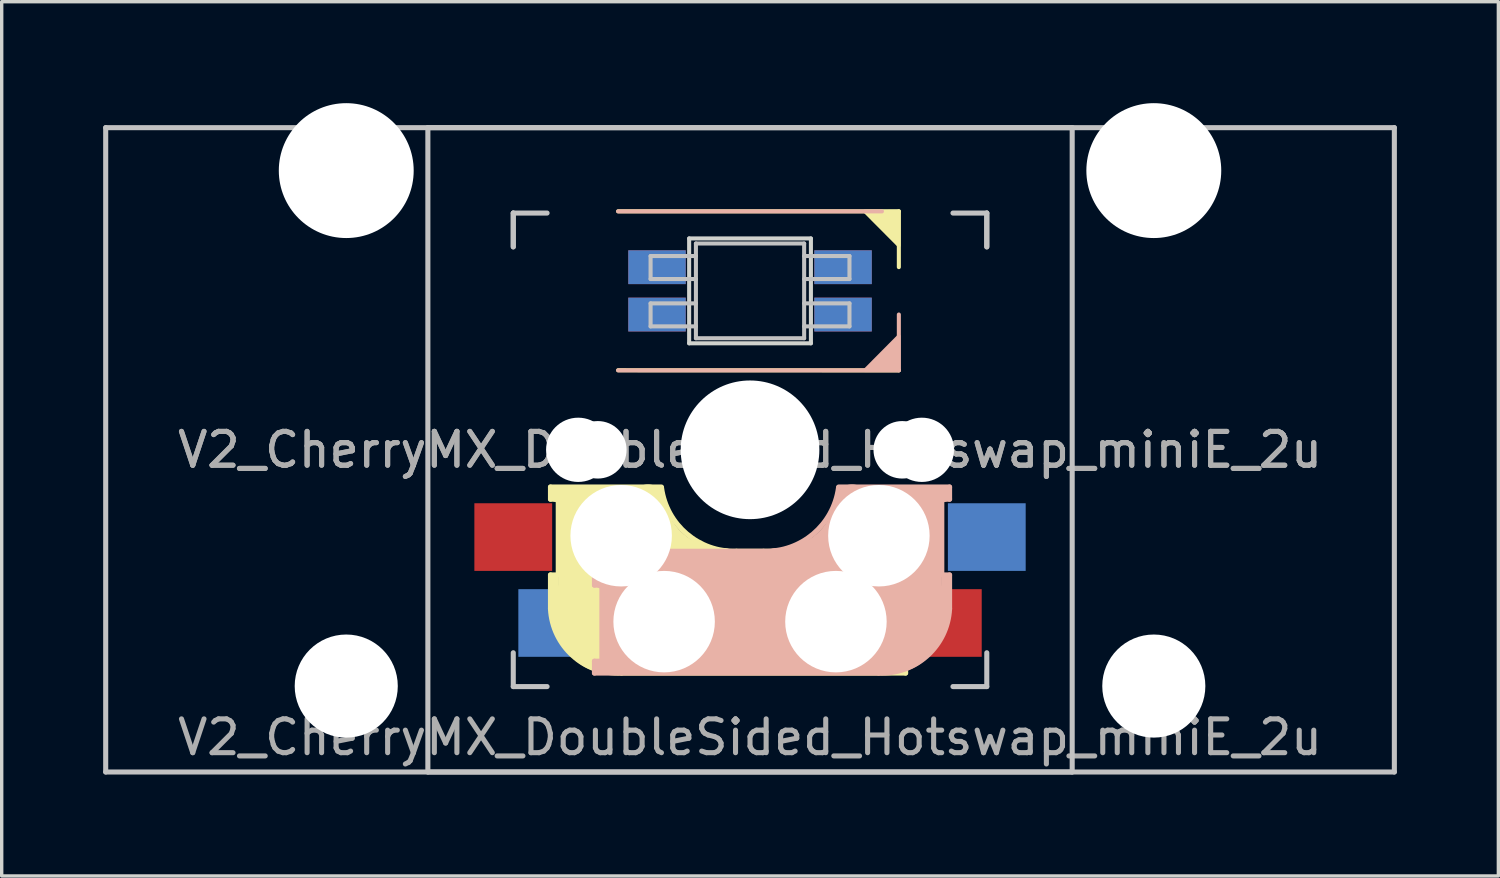
<source format=kicad_pcb>
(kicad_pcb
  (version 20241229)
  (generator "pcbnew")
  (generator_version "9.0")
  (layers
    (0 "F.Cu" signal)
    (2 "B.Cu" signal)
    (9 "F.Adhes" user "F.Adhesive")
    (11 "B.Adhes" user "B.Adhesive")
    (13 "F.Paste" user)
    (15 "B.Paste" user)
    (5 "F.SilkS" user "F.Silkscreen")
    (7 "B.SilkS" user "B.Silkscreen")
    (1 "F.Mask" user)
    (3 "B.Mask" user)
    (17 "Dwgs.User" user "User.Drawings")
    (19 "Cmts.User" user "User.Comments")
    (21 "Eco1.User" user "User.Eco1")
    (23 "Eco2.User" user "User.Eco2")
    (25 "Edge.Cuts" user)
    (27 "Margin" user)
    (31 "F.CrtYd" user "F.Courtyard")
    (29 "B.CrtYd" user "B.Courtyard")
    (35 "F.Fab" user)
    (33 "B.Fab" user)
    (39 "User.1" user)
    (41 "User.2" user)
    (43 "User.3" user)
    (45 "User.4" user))
  (footprint "V2_CherryMX_DoubleSided_Hotswap_miniE_2u"
    (layer "F.Cu")
    (at 19.125 10.249)
    (property "Reference" "V2_CherryMX_DoubleSided_Hotswap_miniE_2u" (at 0 8.5 0) (layer "F.Fab") (effects (font (size 1 1) (thickness 0.15))))
    (attr through_hole)
    (fp_line (start -5.9 1.1) (end -5.9 1.46) (stroke (width 0.15) (type solid)) (layer "F.SilkS"))
    (fp_line (start -5.9 1.1) (end -2.62 1.1) (stroke (width 0.15) (type solid)) (layer "F.SilkS"))
    (fp_line (start -5.9 3.7) (end -5.7 3.7) (stroke (width 0.15) (type solid)) (layer "F.SilkS"))
    (fp_line (start -5.9 4.7) (end -5.9 3.7) (stroke (width 0.15) (type solid)) (layer "F.SilkS"))
    (fp_line (start -5.8 3.8) (end -5.8 4.7) (stroke (width 0.3) (type solid)) (layer "F.SilkS"))
    (fp_line (start -5.7 1.3) (end -3 1.3) (stroke (width 0.5) (type solid)) (layer "F.SilkS"))
    (fp_line (start -5.7 1.46) (end -5.9 1.46) (stroke (width 0.15) (type solid)) (layer "F.SilkS"))
    (fp_line (start -5.67 3.7) (end -5.67 1.46) (stroke (width 0.15) (type solid)) (layer "F.SilkS"))
    (fp_line (start -5.3 1.6) (end -5.3 3.4) (stroke (width 0.8) (type solid)) (layer "F.SilkS"))
    (fp_line (start -4.17 5.1) (end -4.17 2.86) (stroke (width 3) (type solid)) (layer "F.SilkS"))
    (fp_line (start -3.9 -7.052) (end 4.4 -7.052) (stroke (width 0.12) (type solid)) (layer "F.SilkS"))
    (fp_line (start -0.4 3) (end 4.6 3) (stroke (width 0.15) (type solid)) (layer "F.SilkS"))
    (fp_line (start 2.6 4.8) (end -4.1 4.8) (stroke (width 3.5) (type solid)) (layer "F.SilkS"))
    (fp_line (start 3.9 6) (end 3.9 3.5) (stroke (width 1) (type solid)) (layer "F.SilkS"))
    (fp_line (start 4.3 3.3) (end 2.9 3.3) (stroke (width 0.5) (type solid)) (layer "F.SilkS"))
    (fp_line (start 4.38 4) (end 4.38 6.25) (stroke (width 0.15) (type solid)) (layer "F.SilkS"))
    (fp_line (start 4.4 -7.052) (end 4.4 -5.401) (stroke (width 0.12) (type solid)) (layer "F.SilkS"))
    (fp_line (start 4.4 -2.349) (end -3.9 -2.352) (stroke (width 0.12) (type solid)) (layer "F.SilkS"))
    (fp_line (start 4.4 3.9) (end 4.4 3.2) (stroke (width 0.4) (type solid)) (layer "F.SilkS"))
    (fp_line (start 4.4 6.25) (end 4.6 6.25) (stroke (width 0.15) (type solid)) (layer "F.SilkS"))
    (fp_line (start 4.4 6.4) (end 3 6.4) (stroke (width 0.4) (type solid)) (layer "F.SilkS"))
    (fp_line (start 4.6 3) (end 4.6 4) (stroke (width 0.15) (type solid)) (layer "F.SilkS"))
    (fp_line (start 4.6 4) (end 4.4 4) (stroke (width 0.15) (type solid)) (layer "F.SilkS"))
    (fp_line (start 4.6 6.25) (end 4.6 6.6) (stroke (width 0.15) (type solid)) (layer "F.SilkS"))
    (fp_line (start 4.6 6.6) (end -3.8 6.6) (stroke (width 0.15) (type solid)) (layer "F.SilkS"))
    (fp_arc (start -3.8 6.600001) (mid -5.243504 6.084925) (end -5.900001 4.7) (stroke (width 0.15) (type solid)) (layer "F.SilkS"))
    (fp_arc (start -0.8 3.4) (mid -2.268709 2.886118) (end -3.016318 1.521471) (stroke (width 1) (type solid)) (layer "F.SilkS"))
    (fp_arc (start -0.4 3) (mid -1.868709 2.486118) (end -2.616318 1.121471) (stroke (width 0.15) (type solid)) (layer "F.SilkS"))
    (fp_poly (pts (xy 3.392 -7.049) (xy 4.4 -7.052) (xy 4.4 -6.036)) (stroke (width 0.1) (type solid)) (fill yes) (layer "F.SilkS"))
    (fp_line (start -4.6 3) (end -4.6 4) (stroke (width 0.15) (type solid)) (layer "B.SilkS"))
    (fp_line (start -4.6 4) (end -4.4 4) (stroke (width 0.15) (type solid)) (layer "B.SilkS"))
    (fp_line (start -4.6 6.25) (end -4.6 6.6) (stroke (width 0.15) (type solid)) (layer "B.SilkS"))
    (fp_line (start -4.6 6.6) (end 3.8 6.6) (stroke (width 0.15) (type solid)) (layer "B.SilkS"))
    (fp_line (start -4.4 3.9) (end -4.4 3.2) (stroke (width 0.4) (type solid)) (layer "B.SilkS"))
    (fp_line (start -4.4 6.25) (end -4.6 6.25) (stroke (width 0.15) (type solid)) (layer "B.SilkS"))
    (fp_line (start -4.4 6.4) (end -3 6.4) (stroke (width 0.4) (type solid)) (layer "B.SilkS"))
    (fp_line (start -4.38 4) (end -4.38 6.25) (stroke (width 0.15) (type solid)) (layer "B.SilkS"))
    (fp_line (start -4.3 3.3) (end -2.9 3.3) (stroke (width 0.5) (type solid)) (layer "B.SilkS"))
    (fp_line (start -3.9 -2.349) (end 4.4 -2.349) (stroke (width 0.12) (type solid)) (layer "B.SilkS"))
    (fp_line (start -3.9 6) (end -3.9 3.5) (stroke (width 1) (type solid)) (layer "B.SilkS"))
    (fp_line (start -2.6 4.8) (end 4.1 4.8) (stroke (width 3.5) (type solid)) (layer "B.SilkS"))
    (fp_line (start 0.4 3) (end -4.6 3) (stroke (width 0.15) (type solid)) (layer "B.SilkS"))
    (fp_line (start 3.9 -7.049) (end -3.9 -7.049) (stroke (width 0.12) (type solid)) (layer "B.SilkS"))
    (fp_line (start 4.17 5.1) (end 4.17 2.86) (stroke (width 3) (type solid)) (layer "B.SilkS"))
    (fp_line (start 4.4 -2.349) (end 4.4 -4) (stroke (width 0.12) (type solid)) (layer "B.SilkS"))
    (fp_line (start 5.3 1.6) (end 5.3 3.4) (stroke (width 0.8) (type solid)) (layer "B.SilkS"))
    (fp_line (start 5.67 3.7) (end 5.67 1.46) (stroke (width 0.15) (type solid)) (layer "B.SilkS"))
    (fp_line (start 5.7 1.3) (end 3 1.3) (stroke (width 0.5) (type solid)) (layer "B.SilkS"))
    (fp_line (start 5.7 1.46) (end 5.9 1.46) (stroke (width 0.15) (type solid)) (layer "B.SilkS"))
    (fp_line (start 5.8 3.8) (end 5.8 4.7) (stroke (width 0.3) (type solid)) (layer "B.SilkS"))
    (fp_line (start 5.9 1.1) (end 2.62 1.1) (stroke (width 0.15) (type solid)) (layer "B.SilkS"))
    (fp_line (start 5.9 1.1) (end 5.9 1.46) (stroke (width 0.15) (type solid)) (layer "B.SilkS"))
    (fp_line (start 5.9 3.7) (end 5.7 3.7) (stroke (width 0.15) (type solid)) (layer "B.SilkS"))
    (fp_line (start 5.9 4.7) (end 5.9 3.7) (stroke (width 0.15) (type solid)) (layer "B.SilkS"))
    (fp_arc (start 2.616318 1.121471) (mid 1.868709 2.486118) (end 0.4 3) (stroke (width 0.15) (type solid)) (layer "B.SilkS"))
    (fp_arc (start 3.016318 1.521471) (mid 2.268709 2.886118) (end 0.8 3.4) (stroke (width 1) (type solid)) (layer "B.SilkS"))
    (fp_arc (start 5.9 4.699999) (mid 5.243504 6.084924) (end 3.800001 6.6) (stroke (width 0.15) (type solid)) (layer "B.SilkS"))
    (fp_poly (pts (xy 4.4 -3.365) (xy 4.4 -2.349) (xy 3.392 -2.349)) (stroke (width 0.1) (type solid)) (fill yes) (layer "B.SilkS"))
    (fp_line (start -19.05 -9.525) (end 19.05 -9.525) (stroke (width 0.15) (type solid)) (layer "Dwgs.User"))
    (fp_line (start -19.05 9.525) (end -19.05 -9.525) (stroke (width 0.15) (type solid)) (layer "Dwgs.User"))
    (fp_line (start -9.525 -9.525) (end 9.525 -9.525) (stroke (width 0.15) (type solid)) (layer "Dwgs.User"))
    (fp_line (start -9.525 9.525) (end -9.525 -9.525) (stroke (width 0.15) (type solid)) (layer "Dwgs.User"))
    (fp_line (start -7 -7) (end -7 -6) (stroke (width 0.15) (type solid)) (layer "Dwgs.User"))
    (fp_line (start -7 -7) (end -6 -7) (stroke (width 0.15) (type solid)) (layer "Dwgs.User"))
    (fp_line (start -7 -6) (end -7 -7) (stroke (width 0.15) (type solid)) (layer "Dwgs.User"))
    (fp_line (start -7 7) (end -7 6) (stroke (width 0.15) (type solid)) (layer "Dwgs.User"))
    (fp_line (start -7 7) (end -6 7) (stroke (width 0.15) (type solid)) (layer "Dwgs.User"))
    (fp_line (start -2.94 -5.729) (end -2.94 -5.049) (stroke (width 0.12) (type solid)) (layer "Dwgs.User"))
    (fp_line (start -2.94 -5.049) (end -1.6 -5.049) (stroke (width 0.12) (type solid)) (layer "Dwgs.User"))
    (fp_line (start -2.94 -4.329) (end -2.94 -3.649) (stroke (width 0.12) (type solid)) (layer "Dwgs.User"))
    (fp_line (start -2.94 -3.649) (end -1.6 -3.649) (stroke (width 0.12) (type solid)) (layer "Dwgs.User"))
    (fp_line (start -1.6 -5.729) (end -2.94 -5.729) (stroke (width 0.12) (type solid)) (layer "Dwgs.User"))
    (fp_line (start -1.6 -4.329) (end -2.94 -4.329) (stroke (width 0.12) (type solid)) (layer "Dwgs.User"))
    (fp_line (start -1.6 -3.299) (end -1.6 -6.099) (stroke (width 0.12) (type solid)) (layer "Dwgs.User"))
    (fp_line (start 1.6 -6.099) (end -1.6 -6.099) (stroke (width 0.12) (type solid)) (layer "Dwgs.User"))
    (fp_line (start 1.6 -5.049) (end 2.94 -5.049) (stroke (width 0.12) (type solid)) (layer "Dwgs.User"))
    (fp_line (start 1.6 -3.649) (end 2.94 -3.649) (stroke (width 0.12) (type solid)) (layer "Dwgs.User"))
    (fp_line (start 1.6 -3.299) (end -1.6 -3.299) (stroke (width 0.12) (type solid)) (layer "Dwgs.User"))
    (fp_line (start 1.6 -3.299) (end 1.6 -6.099) (stroke (width 0.12) (type solid)) (layer "Dwgs.User"))
    (fp_line (start 2.94 -5.729) (end 1.6 -5.729) (stroke (width 0.12) (type solid)) (layer "Dwgs.User"))
    (fp_line (start 2.94 -5.049) (end 2.94 -5.729) (stroke (width 0.12) (type solid)) (layer "Dwgs.User"))
    (fp_line (start 2.94 -4.329) (end 1.6 -4.329) (stroke (width 0.12) (type solid)) (layer "Dwgs.User"))
    (fp_line (start 2.94 -3.649) (end 2.94 -4.329) (stroke (width 0.12) (type solid)) (layer "Dwgs.User"))
    (fp_line (start 7 -7) (end 6 -7) (stroke (width 0.15) (type solid)) (layer "Dwgs.User"))
    (fp_line (start 7 -6) (end 7 -7) (stroke (width 0.15) (type solid)) (layer "Dwgs.User"))
    (fp_line (start 7 -6) (end 7 -7) (stroke (width 0.15) (type solid)) (layer "Dwgs.User"))
    (fp_line (start 7 6) (end 7 7) (stroke (width 0.15) (type solid)) (layer "Dwgs.User"))
    (fp_line (start 7 7) (end 6 7) (stroke (width 0.15) (type solid)) (layer "Dwgs.User"))
    (fp_line (start 9.525 -9.525) (end 9.525 9.525) (stroke (width 0.15) (type solid)) (layer "Dwgs.User"))
    (fp_line (start 9.525 9.525) (end -9.525 9.525) (stroke (width 0.15) (type solid)) (layer "Dwgs.User"))
    (fp_line (start 19.05 -9.525) (end 19.05 9.525) (stroke (width 0.15) (type solid)) (layer "Dwgs.User"))
    (fp_line (start 19.05 9.525) (end -19.05 9.525) (stroke (width 0.15) (type solid)) (layer "Dwgs.User"))
    (fp_line (start -1.8 -6.249) (end -1.8 -3.149) (stroke (width 0.12) (type solid)) (layer "Edge.Cuts"))
    (fp_line (start -1.8 -3.149) (end 1.8 -3.149) (stroke (width 0.12) (type solid)) (layer "Edge.Cuts"))
    (fp_line (start 1.8 -6.249) (end -1.8 -6.249) (stroke (width 0.12) (type solid)) (layer "Edge.Cuts"))
    (fp_line (start 1.8 -3.149) (end 1.8 -6.249) (stroke (width 0.12) (type solid)) (layer "Edge.Cuts"))
    (fp_text user "${REFERENCE}" (at 0 0 180) (layer "F.Fab") (effects (font (size 1 1) (thickness 0.15))))
    (fp_text user "${REFERENCE}" (at 0 0 180) (layer "F.Fab") (effects (font (size 1 1) (thickness 0.15))))
    (pad "" np_thru_hole circle (at -11.938 -8.255) (size 3.988 3.988) (drill 3.988) (layers "*.Cu" "*.Mask"))
    (pad "" np_thru_hole circle (at -11.938 6.985) (size 3.048 3.048) (drill 3.048) (layers "*.Cu" "*.Mask"))
    (pad "" np_thru_hole circle (at -5.08 0 180) (size 1.9 1.9) (drill 1.9) (layers "*.Cu" "*.Mask"))
    (pad "" np_thru_hole circle (at -4.5 0 180) (size 1.7 1.7) (drill 1.7) (layers "*.Cu" "*.Mask"))
    (pad "" np_thru_hole circle (at -3.81 2.54) (size 3 3) (drill 3) (layers "*.Cu" "*.Mask"))
    (pad "" np_thru_hole circle (at -2.54 5.08) (size 3 3) (drill 3) (layers "*.Cu" "*.Mask"))
    (pad "" np_thru_hole circle (at 0 0 270) (size 4.1 4.1) (drill 4.1) (layers "*.Cu" "*.Mask"))
    (pad "" np_thru_hole circle (at 2.54 5.08) (size 3 3) (drill 3) (layers "*.Cu" "*.Mask"))
    (pad "" np_thru_hole circle (at 3.81 2.54) (size 3 3) (drill 3) (layers "*.Cu" "*.Mask"))
    (pad "" np_thru_hole circle (at 4.5 0 180) (size 1.7 1.7) (drill 1.7) (layers "*.Cu" "*.Mask"))
    (pad "" np_thru_hole circle (at 5.08 0 180) (size 1.9 1.9) (drill 1.9) (layers "*.Cu" "*.Mask"))
    (pad "" np_thru_hole circle (at 11.938 -8.255) (size 3.988 3.988) (drill 3.988) (layers "*.Cu" "*.Mask"))
    (pad "" np_thru_hole circle (at 11.938 6.985) (size 3.048 3.048) (drill 3.048) (layers "*.Cu" "*.Mask"))
    (pad "1" smd rect (at -2.75 -5.399 180) (size 1.7 1) (layers "B.Cu" "B.Mask" "B.Paste"))
    (pad "1" smd rect (at -2.75 -3.999 180) (size 1.7 1) (layers "F.Cu" "F.Mask" "F.Paste"))
    (pad "2" smd rect (at -2.75 -5.399 180) (size 1.7 1) (layers "F.Cu" "F.Mask" "F.Paste"))
    (pad "2" smd rect (at -2.75 -3.999 180) (size 1.7 1) (layers "B.Cu" "B.Mask" "B.Paste"))
    (pad "3" smd rect (at 2.75 -5.399 180) (size 1.7 1) (layers "F.Cu" "F.Mask" "F.Paste"))
    (pad "3" smd rect (at 2.75 -3.999 180) (size 1.7 1) (layers "B.Cu" "B.Mask" "B.Paste"))
    (pad "4" smd rect (at 2.75 -5.399 180) (size 1.7 1) (layers "B.Cu" "B.Mask" "B.Paste"))
    (pad "4" smd rect (at 2.75 -3.999 180) (size 1.7 1) (layers "F.Cu" "F.Mask" "F.Paste"))
    (pad "5" smd rect (at -5.7 5.12) (size 2.3 2) (layers "B.Cu" "B.Mask" "B.Paste"))
    (pad "5" smd rect (at 5.7 5.12) (size 2.3 2) (layers "F.Cu" "F.Mask" "F.Paste"))
    (pad "6" smd rect (at -7 2.58) (size 2.3 2) (layers "F.Cu" "F.Mask" "F.Paste"))
    (pad "6" smd rect (at 7 2.58) (size 2.3 2) (layers "B.Cu" "B.Mask" "B.Paste")))
  (gr_rect
    (start -3 -3)
    (end 41.25 22.849)
    (stroke (width 0.1) (type default))
    (fill no)
    (layer "Edge.Cuts")))
</source>
